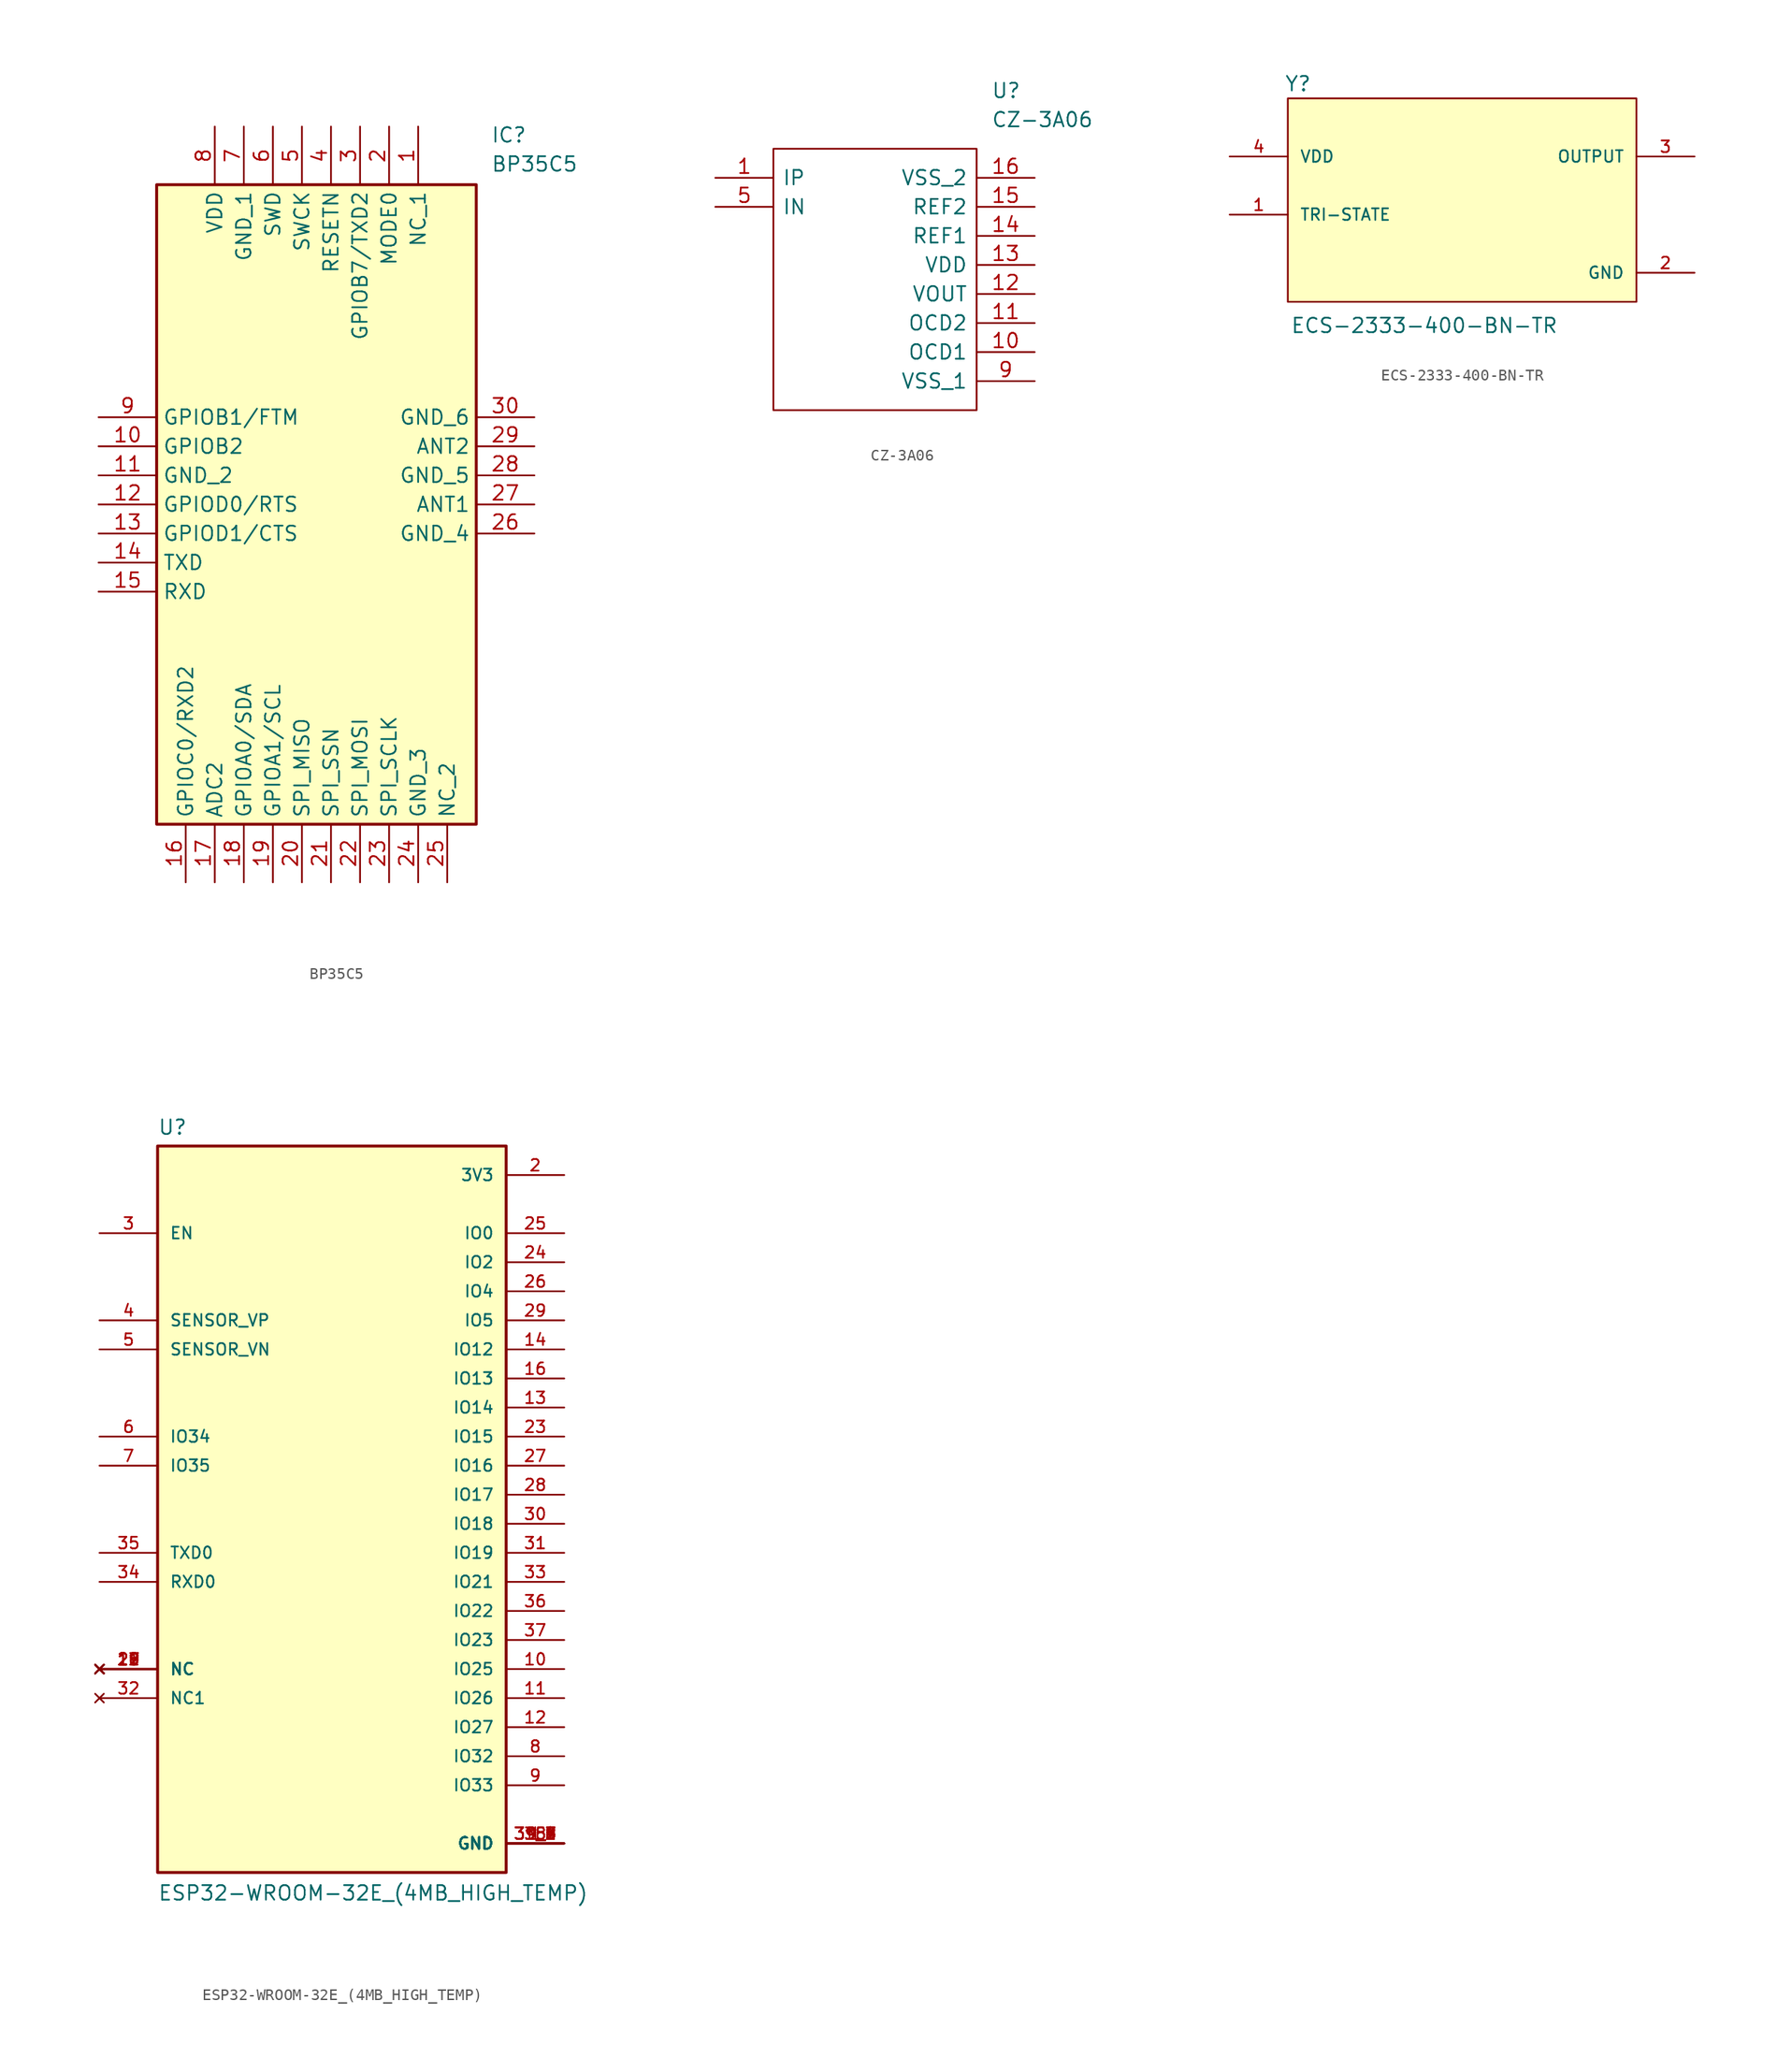
<source format=kicad_sym>
(kicad_symbol_lib
  (version 20231120)
  (generator "kicad_symbol_editor")
  (generator_version "8.0")
  (symbol "BP35C5"
    (property "Reference" "IC"
      (at 34.29 25.4 0)
      (effects (font (size 1.27 1.27)) (justify left top)))
    (property "Value" "BP35C5"
      (at 34.29 22.86 0)
      (effects (font (size 1.27 1.27)) (justify left top)))
    (symbol "BP35C5_1_1"
      (rectangle (start 5.08 20.32) (end 33.02 -35.56) (stroke (width 0.254) (type default)) (fill (type background)))
      (pin passive line (at 27.94 25.4 270) (length 5.08) (name "NC_1" (effects (font (size 1.27 1.27)))) (number "1" (effects (font (size 1.27 1.27)))))
      (pin passive line (at 0 -2.54 0) (length 5.08) (name "GPIOB2" (effects (font (size 1.27 1.27)))) (number "10" (effects (font (size 1.27 1.27)))))
      (pin passive line (at 0 -5.08 0) (length 5.08) (name "GND_2" (effects (font (size 1.27 1.27)))) (number "11" (effects (font (size 1.27 1.27)))))
      (pin passive line (at 0 -7.62 0) (length 5.08) (name "GPIOD0/RTS" (effects (font (size 1.27 1.27)))) (number "12" (effects (font (size 1.27 1.27)))))
      (pin passive line (at 0 -10.16 0) (length 5.08) (name "GPIOD1/CTS" (effects (font (size 1.27 1.27)))) (number "13" (effects (font (size 1.27 1.27)))))
      (pin passive line (at 0 -12.7 0) (length 5.08) (name "TXD" (effects (font (size 1.27 1.27)))) (number "14" (effects (font (size 1.27 1.27)))))
      (pin passive line (at 0 -15.24 0) (length 5.08) (name "RXD" (effects (font (size 1.27 1.27)))) (number "15" (effects (font (size 1.27 1.27)))))
      (pin passive line (at 7.62 -40.64 90) (length 5.08) (name "GPIOC0/RXD2" (effects (font (size 1.27 1.27)))) (number "16" (effects (font (size 1.27 1.27)))))
      (pin passive line (at 10.16 -40.64 90) (length 5.08) (name "ADC2" (effects (font (size 1.27 1.27)))) (number "17" (effects (font (size 1.27 1.27)))))
      (pin passive line (at 12.7 -40.64 90) (length 5.08) (name "GPIOA0/SDA" (effects (font (size 1.27 1.27)))) (number "18" (effects (font (size 1.27 1.27)))))
      (pin passive line (at 15.24 -40.64 90) (length 5.08) (name "GPIOA1/SCL" (effects (font (size 1.27 1.27)))) (number "19" (effects (font (size 1.27 1.27)))))
      (pin passive line (at 25.4 25.4 270) (length 5.08) (name "MODE0" (effects (font (size 1.27 1.27)))) (number "2" (effects (font (size 1.27 1.27)))))
      (pin passive line (at 17.78 -40.64 90) (length 5.08) (name "SPI_MISO" (effects (font (size 1.27 1.27)))) (number "20" (effects (font (size 1.27 1.27)))))
      (pin passive line (at 20.32 -40.64 90) (length 5.08) (name "SPI_SSN" (effects (font (size 1.27 1.27)))) (number "21" (effects (font (size 1.27 1.27)))))
      (pin passive line (at 22.86 -40.64 90) (length 5.08) (name "SPI_MOSI" (effects (font (size 1.27 1.27)))) (number "22" (effects (font (size 1.27 1.27)))))
      (pin passive line (at 25.4 -40.64 90) (length 5.08) (name "SPI_SCLK" (effects (font (size 1.27 1.27)))) (number "23" (effects (font (size 1.27 1.27)))))
      (pin passive line (at 27.94 -40.64 90) (length 5.08) (name "GND_3" (effects (font (size 1.27 1.27)))) (number "24" (effects (font (size 1.27 1.27)))))
      (pin passive line (at 30.48 -40.64 90) (length 5.08) (name "NC_2" (effects (font (size 1.27 1.27)))) (number "25" (effects (font (size 1.27 1.27)))))
      (pin passive line (at 38.1 -10.16 180) (length 5.08) (name "GND_4" (effects (font (size 1.27 1.27)))) (number "26" (effects (font (size 1.27 1.27)))))
      (pin passive line (at 38.1 -7.62 180) (length 5.08) (name "ANT1" (effects (font (size 1.27 1.27)))) (number "27" (effects (font (size 1.27 1.27)))))
      (pin passive line (at 38.1 -5.08 180) (length 5.08) (name "GND_5" (effects (font (size 1.27 1.27)))) (number "28" (effects (font (size 1.27 1.27)))))
      (pin passive line (at 38.1 -2.54 180) (length 5.08) (name "ANT2" (effects (font (size 1.27 1.27)))) (number "29" (effects (font (size 1.27 1.27)))))
      (pin passive line (at 22.86 25.4 270) (length 5.08) (name "GPIOB7/TXD2" (effects (font (size 1.27 1.27)))) (number "3" (effects (font (size 1.27 1.27)))))
      (pin passive line (at 38.1 0 180) (length 5.08) (name "GND_6" (effects (font (size 1.27 1.27)))) (number "30" (effects (font (size 1.27 1.27)))))
      (pin passive line (at 20.32 25.4 270) (length 5.08) (name "RESETN" (effects (font (size 1.27 1.27)))) (number "4" (effects (font (size 1.27 1.27)))))
      (pin passive line (at 17.78 25.4 270) (length 5.08) (name "SWCK" (effects (font (size 1.27 1.27)))) (number "5" (effects (font (size 1.27 1.27)))))
      (pin passive line (at 15.24 25.4 270) (length 5.08) (name "SWD" (effects (font (size 1.27 1.27)))) (number "6" (effects (font (size 1.27 1.27)))))
      (pin passive line (at 12.7 25.4 270) (length 5.08) (name "GND_1" (effects (font (size 1.27 1.27)))) (number "7" (effects (font (size 1.27 1.27)))))
      (pin passive line (at 10.16 25.4 270) (length 5.08) (name "VDD" (effects (font (size 1.27 1.27)))) (number "8" (effects (font (size 1.27 1.27)))))
      (pin passive line (at 0 0 0) (length 5.08) (name "GPIOB1/FTM" (effects (font (size 1.27 1.27)))) (number "9" (effects (font (size 1.27 1.27)))))))
  (symbol "CZ-3A06"
    (pin_names
      (offset 0.762))
    (property "Reference" "U"
      (at 24.13 7.62 0)
      (effects (font (size 1.27 1.27)) (justify left)))
    (property "Value" "CZ-3A06"
      (at 24.13 5.08 0)
      (effects (font (size 1.27 1.27)) (justify left)))
    (symbol "CZ-3A06_0_0"
      (pin passive line (at 0 0 0) (length 5.08) (name "IP" (effects (font (size 1.27 1.27)))) (number "1" (effects (font (size 1.27 1.27)))))
      (pin passive line (at 27.94 -15.24 180) (length 5.08) (name "OCD1" (effects (font (size 1.27 1.27)))) (number "10" (effects (font (size 1.27 1.27)))))
      (pin passive line (at 27.94 -12.7 180) (length 5.08) (name "OCD2" (effects (font (size 1.27 1.27)))) (number "11" (effects (font (size 1.27 1.27)))))
      (pin passive line (at 27.94 -10.16 180) (length 5.08) (name "VOUT" (effects (font (size 1.27 1.27)))) (number "12" (effects (font (size 1.27 1.27)))))
      (pin passive line (at 27.94 -7.62 180) (length 5.08) (name "VDD" (effects (font (size 1.27 1.27)))) (number "13" (effects (font (size 1.27 1.27)))))
      (pin passive line (at 27.94 -5.08 180) (length 5.08) (name "REF1" (effects (font (size 1.27 1.27)))) (number "14" (effects (font (size 1.27 1.27)))))
      (pin passive line (at 27.94 -2.54 180) (length 5.08) (name "REF2" (effects (font (size 1.27 1.27)))) (number "15" (effects (font (size 1.27 1.27)))))
      (pin passive line (at 27.94 0 180) (length 5.08) (name "VSS_2" (effects (font (size 1.27 1.27)))) (number "16" (effects (font (size 1.27 1.27)))))
      (pin passive line (at 0 -2.54 0) (length 5.08) (name "IN" (effects (font (size 1.27 1.27)))) (number "5" (effects (font (size 1.27 1.27)))))
      (pin passive line (at 27.94 -17.78 180) (length 5.08) (name "VSS_1" (effects (font (size 1.27 1.27)))) (number "9" (effects (font (size 1.27 1.27))))))
    (symbol "CZ-3A06_0_1"
      (polyline (pts (xy 5.08 2.54) (xy 22.86 2.54) (xy 22.86 -20.32) (xy 5.08 -20.32) (xy 5.08 2.54)) (stroke (width 0.152) (type default)) (fill (type none)))))
  (symbol "ECS-2333-400-BN-TR"
    (pin_names
      (offset 1.016))
    (property "Reference" "Y"
      (at -15.536 8.15 0)
      (effects (font (size 1.27 1.27)) (justify left bottom)))
    (property "Value" "ECS-2333-400-BN-TR"
      (at -15.013 -12.977 0)
      (effects (font (size 1.27 1.27)) (justify left bottom)))
    (symbol "ECS-2333-400-BN-TR_0_0"
      (rectangle (start -15.24 -10.16) (end 15.24 7.62) (stroke (width 0.152) (type default)) (fill (type background)))
      (pin input line (at -20.32 -2.54 0) (length 5.08) (name "TRI-STATE" (effects (font (size 1.016 1.016)))) (number "1" (effects (font (size 1.016 1.016)))))
      (pin power_in line (at 20.32 -7.62 180) (length 5.08) (name "GND" (effects (font (size 1.016 1.016)))) (number "2" (effects (font (size 1.016 1.016)))))
      (pin output line (at 20.32 2.54 180) (length 5.08) (name "OUTPUT" (effects (font (size 1.016 1.016)))) (number "3" (effects (font (size 1.016 1.016)))))
      (pin input line (at -20.32 2.54 0) (length 5.08) (name "VDD" (effects (font (size 1.016 1.016)))) (number "4" (effects (font (size 1.016 1.016)))))))
  (symbol "ESP32-WROOM-32E_(4MB_HIGH_TEMP)"
    (pin_names
      (offset 1.016))
    (property "Reference" "U"
      (at -15.24 33.909 0)
      (effects (font (size 1.27 1.27)) (justify left bottom)))
    (property "Value" "ESP32-WROOM-32E_(4MB_HIGH_TEMP)"
      (at -15.24 -33.02 0)
      (effects (font (size 1.27 1.27)) (justify left bottom)))
    (symbol "ESP32-WROOM-32E_(4MB_HIGH_TEMP)_0_0"
      (rectangle (start -15.24 -30.48) (end 15.24 33.02) (stroke (width 0.254) (type default)) (fill (type background)))
      (pin power_in line (at 20.32 -27.94 180) (length 5.08) (name "GND" (effects (font (size 1.016 1.016)))) (number "1" (effects (font (size 1.016 1.016)))))
      (pin bidirectional line (at 20.32 -12.7 180) (length 5.08) (name "IO25" (effects (font (size 1.016 1.016)))) (number "10" (effects (font (size 1.016 1.016)))))
      (pin bidirectional line (at 20.32 -15.24 180) (length 5.08) (name "IO26" (effects (font (size 1.016 1.016)))) (number "11" (effects (font (size 1.016 1.016)))))
      (pin bidirectional line (at 20.32 -17.78 180) (length 5.08) (name "IO27" (effects (font (size 1.016 1.016)))) (number "12" (effects (font (size 1.016 1.016)))))
      (pin bidirectional line (at 20.32 10.16 180) (length 5.08) (name "IO14" (effects (font (size 1.016 1.016)))) (number "13" (effects (font (size 1.016 1.016)))))
      (pin bidirectional line (at 20.32 15.24 180) (length 5.08) (name "IO12" (effects (font (size 1.016 1.016)))) (number "14" (effects (font (size 1.016 1.016)))))
      (pin power_in line (at 20.32 -27.94 180) (length 5.08) (name "GND" (effects (font (size 1.016 1.016)))) (number "15" (effects (font (size 1.016 1.016)))))
      (pin bidirectional line (at 20.32 12.7 180) (length 5.08) (name "IO13" (effects (font (size 1.016 1.016)))) (number "16" (effects (font (size 1.016 1.016)))))
      (pin no_connect line (at -20.32 -12.7 0) (length 5.08) (name "NC" (effects (font (size 1.016 1.016)))) (number "17" (effects (font (size 1.016 1.016)))))
      (pin no_connect line (at -20.32 -12.7 0) (length 5.08) (name "NC" (effects (font (size 1.016 1.016)))) (number "18" (effects (font (size 1.016 1.016)))))
      (pin no_connect line (at -20.32 -12.7 0) (length 5.08) (name "NC" (effects (font (size 1.016 1.016)))) (number "19" (effects (font (size 1.016 1.016)))))
      (pin power_in line (at 20.32 30.48 180) (length 5.08) (name "3V3" (effects (font (size 1.016 1.016)))) (number "2" (effects (font (size 1.016 1.016)))))
      (pin no_connect line (at -20.32 -12.7 0) (length 5.08) (name "NC" (effects (font (size 1.016 1.016)))) (number "20" (effects (font (size 1.016 1.016)))))
      (pin no_connect line (at -20.32 -12.7 0) (length 5.08) (name "NC" (effects (font (size 1.016 1.016)))) (number "21" (effects (font (size 1.016 1.016)))))
      (pin no_connect line (at -20.32 -12.7 0) (length 5.08) (name "NC" (effects (font (size 1.016 1.016)))) (number "22" (effects (font (size 1.016 1.016)))))
      (pin bidirectional line (at 20.32 7.62 180) (length 5.08) (name "IO15" (effects (font (size 1.016 1.016)))) (number "23" (effects (font (size 1.016 1.016)))))
      (pin bidirectional line (at 20.32 22.86 180) (length 5.08) (name "IO2" (effects (font (size 1.016 1.016)))) (number "24" (effects (font (size 1.016 1.016)))))
      (pin bidirectional line (at 20.32 25.4 180) (length 5.08) (name "IO0" (effects (font (size 1.016 1.016)))) (number "25" (effects (font (size 1.016 1.016)))))
      (pin bidirectional line (at 20.32 20.32 180) (length 5.08) (name "IO4" (effects (font (size 1.016 1.016)))) (number "26" (effects (font (size 1.016 1.016)))))
      (pin bidirectional line (at 20.32 5.08 180) (length 5.08) (name "IO16" (effects (font (size 1.016 1.016)))) (number "27" (effects (font (size 1.016 1.016)))))
      (pin bidirectional line (at 20.32 2.54 180) (length 5.08) (name "IO17" (effects (font (size 1.016 1.016)))) (number "28" (effects (font (size 1.016 1.016)))))
      (pin bidirectional line (at 20.32 17.78 180) (length 5.08) (name "IO5" (effects (font (size 1.016 1.016)))) (number "29" (effects (font (size 1.016 1.016)))))
      (pin input line (at -20.32 25.4 0) (length 5.08) (name "EN" (effects (font (size 1.016 1.016)))) (number "3" (effects (font (size 1.016 1.016)))))
      (pin bidirectional line (at 20.32 0 180) (length 5.08) (name "IO18" (effects (font (size 1.016 1.016)))) (number "30" (effects (font (size 1.016 1.016)))))
      (pin bidirectional line (at 20.32 -2.54 180) (length 5.08) (name "IO19" (effects (font (size 1.016 1.016)))) (number "31" (effects (font (size 1.016 1.016)))))
      (pin no_connect line (at -20.32 -15.24 0) (length 5.08) (name "NC1" (effects (font (size 1.016 1.016)))) (number "32" (effects (font (size 1.016 1.016)))))
      (pin bidirectional line (at 20.32 -5.08 180) (length 5.08) (name "IO21" (effects (font (size 1.016 1.016)))) (number "33" (effects (font (size 1.016 1.016)))))
      (pin bidirectional line (at -20.32 -5.08 0) (length 5.08) (name "RXD0" (effects (font (size 1.016 1.016)))) (number "34" (effects (font (size 1.016 1.016)))))
      (pin bidirectional line (at -20.32 -2.54 0) (length 5.08) (name "TXD0" (effects (font (size 1.016 1.016)))) (number "35" (effects (font (size 1.016 1.016)))))
      (pin bidirectional line (at 20.32 -7.62 180) (length 5.08) (name "IO22" (effects (font (size 1.016 1.016)))) (number "36" (effects (font (size 1.016 1.016)))))
      (pin bidirectional line (at 20.32 -10.16 180) (length 5.08) (name "IO23" (effects (font (size 1.016 1.016)))) (number "37" (effects (font (size 1.016 1.016)))))
      (pin power_in line (at 20.32 -27.94 180) (length 5.08) (name "GND" (effects (font (size 1.016 1.016)))) (number "38" (effects (font (size 1.016 1.016)))))
      (pin power_in line (at 20.32 -27.94 180) (length 5.08) (name "GND" (effects (font (size 1.016 1.016)))) (number "39_1" (effects (font (size 1.016 1.016)))))
      (pin power_in line (at 20.32 -27.94 180) (length 5.08) (name "GND" (effects (font (size 1.016 1.016)))) (number "39_2" (effects (font (size 1.016 1.016)))))
      (pin power_in line (at 20.32 -27.94 180) (length 5.08) (name "GND" (effects (font (size 1.016 1.016)))) (number "39_3" (effects (font (size 1.016 1.016)))))
      (pin power_in line (at 20.32 -27.94 180) (length 5.08) (name "GND" (effects (font (size 1.016 1.016)))) (number "39_4" (effects (font (size 1.016 1.016)))))
      (pin power_in line (at 20.32 -27.94 180) (length 5.08) (name "GND" (effects (font (size 1.016 1.016)))) (number "39_5" (effects (font (size 1.016 1.016)))))
      (pin power_in line (at 20.32 -27.94 180) (length 5.08) (name "GND" (effects (font (size 1.016 1.016)))) (number "39_6" (effects (font (size 1.016 1.016)))))
      (pin power_in line (at 20.32 -27.94 180) (length 5.08) (name "GND" (effects (font (size 1.016 1.016)))) (number "39_7" (effects (font (size 1.016 1.016)))))
      (pin power_in line (at 20.32 -27.94 180) (length 5.08) (name "GND" (effects (font (size 1.016 1.016)))) (number "39_8" (effects (font (size 1.016 1.016)))))
      (pin power_in line (at 20.32 -27.94 180) (length 5.08) (name "GND" (effects (font (size 1.016 1.016)))) (number "39_9" (effects (font (size 1.016 1.016)))))
      (pin input line (at -20.32 17.78 0) (length 5.08) (name "SENSOR_VP" (effects (font (size 1.016 1.016)))) (number "4" (effects (font (size 1.016 1.016)))))
      (pin input line (at -20.32 15.24 0) (length 5.08) (name "SENSOR_VN" (effects (font (size 1.016 1.016)))) (number "5" (effects (font (size 1.016 1.016)))))
      (pin input line (at -20.32 7.62 0) (length 5.08) (name "IO34" (effects (font (size 1.016 1.016)))) (number "6" (effects (font (size 1.016 1.016)))))
      (pin input line (at -20.32 5.08 0) (length 5.08) (name "IO35" (effects (font (size 1.016 1.016)))) (number "7" (effects (font (size 1.016 1.016)))))
      (pin bidirectional line (at 20.32 -20.32 180) (length 5.08) (name "IO32" (effects (font (size 1.016 1.016)))) (number "8" (effects (font (size 1.016 1.016)))))
      (pin bidirectional line (at 20.32 -22.86 180) (length 5.08) (name "IO33" (effects (font (size 1.016 1.016)))) (number "9" (effects (font (size 1.016 1.016))))))))
</source>
